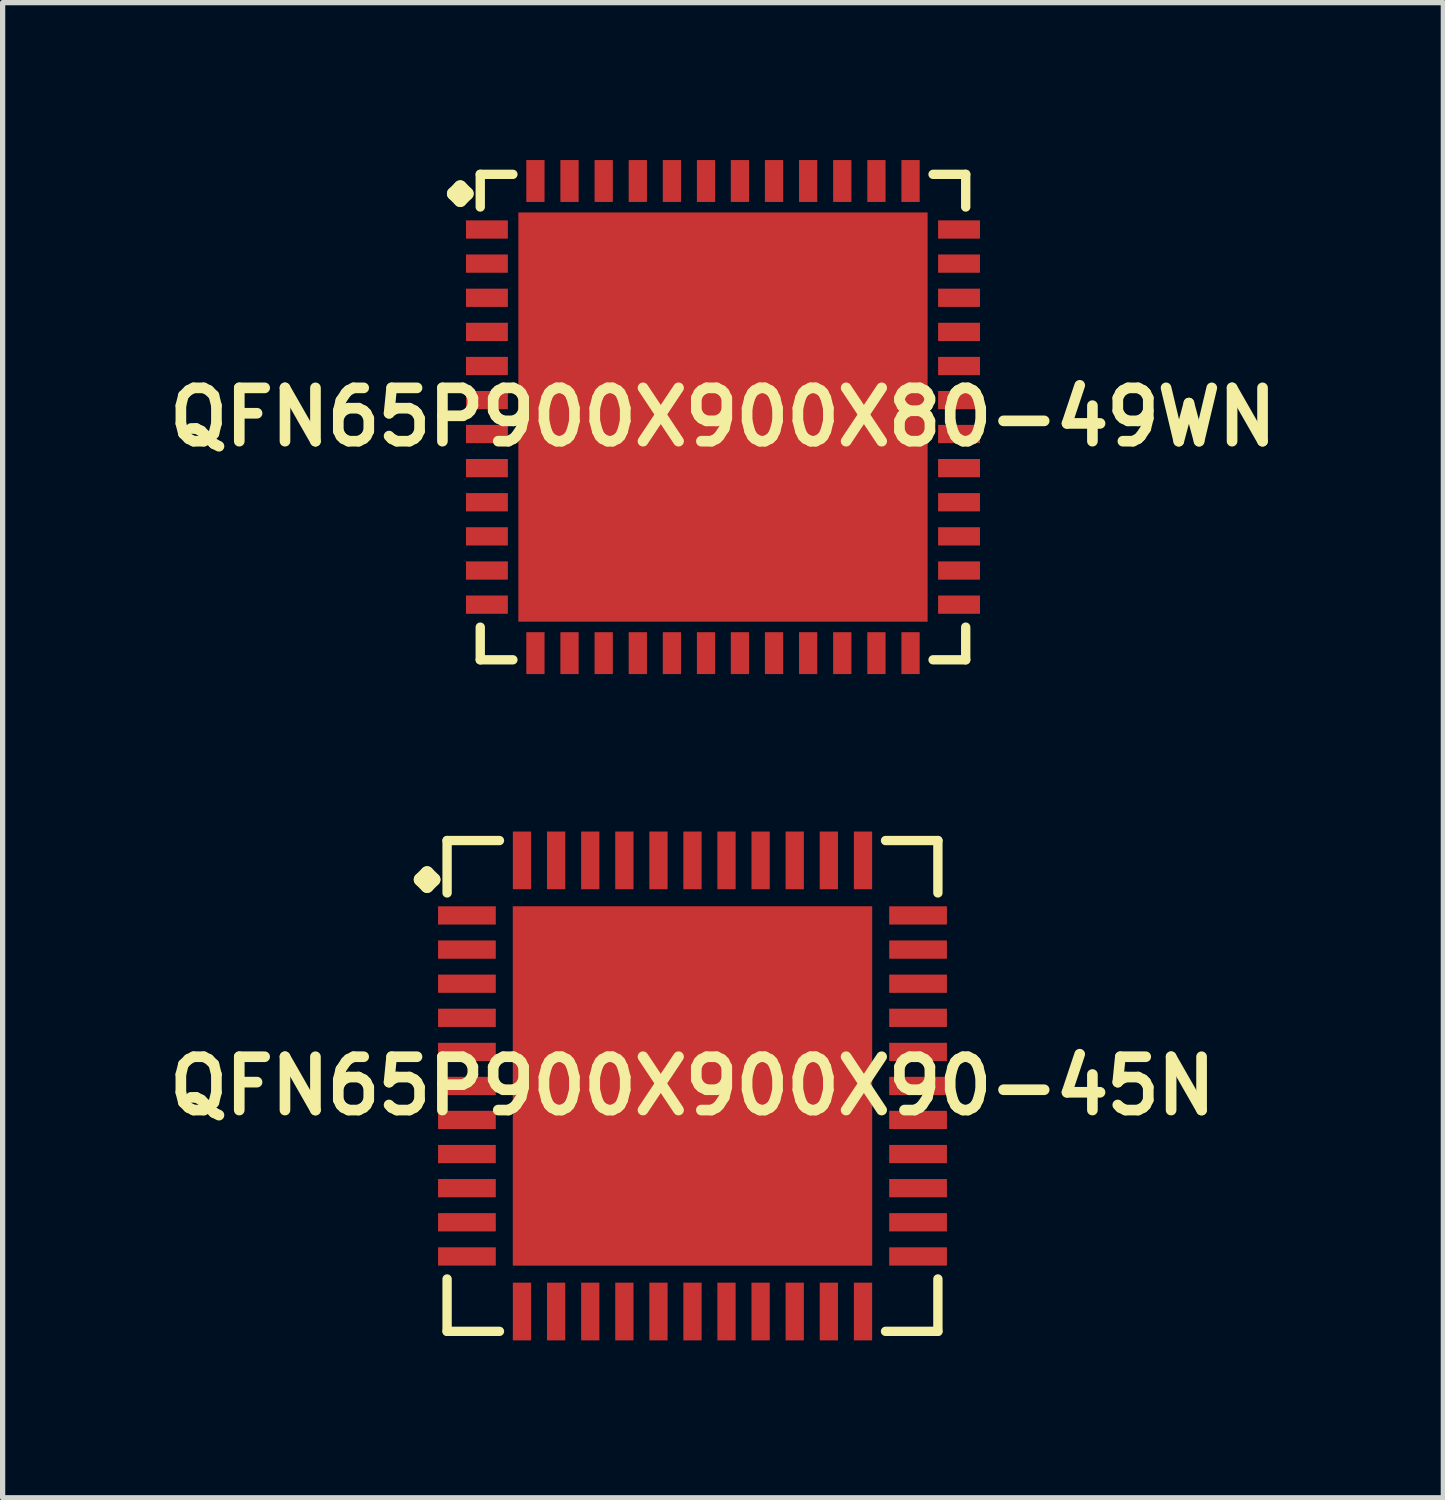
<source format=kicad_pcb>
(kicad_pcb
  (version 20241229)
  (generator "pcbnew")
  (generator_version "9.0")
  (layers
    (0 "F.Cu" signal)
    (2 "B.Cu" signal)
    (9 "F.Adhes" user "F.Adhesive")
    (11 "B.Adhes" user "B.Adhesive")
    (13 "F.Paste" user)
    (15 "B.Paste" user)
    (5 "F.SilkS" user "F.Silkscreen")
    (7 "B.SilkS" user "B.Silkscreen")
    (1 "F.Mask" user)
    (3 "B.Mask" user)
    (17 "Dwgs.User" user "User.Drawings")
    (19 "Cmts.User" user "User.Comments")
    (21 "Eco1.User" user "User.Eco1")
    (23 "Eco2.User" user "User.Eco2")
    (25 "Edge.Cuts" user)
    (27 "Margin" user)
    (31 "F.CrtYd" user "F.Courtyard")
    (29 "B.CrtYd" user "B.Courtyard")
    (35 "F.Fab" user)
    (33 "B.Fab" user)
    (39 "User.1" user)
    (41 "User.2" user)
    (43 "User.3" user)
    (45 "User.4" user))
  (footprint "QFN65P900X900X90-45N"
    (layer "F.Cu")
    (at 10.145 17.642)
    (property "Reference" "QFN65P900X900X90-45N" (at 0 0 0) (layer "F.SilkS") (effects (font (size 1.016 1.016) (thickness 0.203))))
    (attr smd)
    (fp_line (start -5.184 -3.932) (end -5.057 -4.059) (stroke (width 0.254) (type solid)) (layer "F.SilkS"))
    (fp_line (start -5.057 -4.059) (end -4.93 -3.932) (stroke (width 0.254) (type solid)) (layer "F.SilkS"))
    (fp_line (start -5.057 -3.805) (end -5.184 -3.932) (stroke (width 0.254) (type solid)) (layer "F.SilkS"))
    (fp_line (start -4.93 -3.932) (end -5.057 -3.805) (stroke (width 0.254) (type solid)) (layer "F.SilkS"))
    (fp_line (start -4.676 -4.676) (end -3.678 -4.676) (stroke (width 0.178) (type solid)) (layer "F.SilkS"))
    (fp_line (start -4.676 -3.678) (end -4.676 -4.676) (stroke (width 0.178) (type solid)) (layer "F.SilkS"))
    (fp_line (start -4.676 3.678) (end -4.676 4.676) (stroke (width 0.178) (type solid)) (layer "F.SilkS"))
    (fp_line (start -4.676 4.676) (end -3.678 4.676) (stroke (width 0.178) (type solid)) (layer "F.SilkS"))
    (fp_line (start 3.678 -4.676) (end 4.676 -4.676) (stroke (width 0.178) (type solid)) (layer "F.SilkS"))
    (fp_line (start 3.678 4.676) (end 4.676 4.676) (stroke (width 0.178) (type solid)) (layer "F.SilkS"))
    (fp_line (start 4.676 -4.676) (end 4.676 -3.678) (stroke (width 0.178) (type solid)) (layer "F.SilkS"))
    (fp_line (start 4.676 4.676) (end 4.676 3.678) (stroke (width 0.178) (type solid)) (layer "F.SilkS"))
    (pad "1" smd rect (at -4.298 -3.249) (size 1.1 0.348) (layers "F.Cu" "F.Mask" "F.Paste"))
    (pad "2" smd rect (at -4.298 -2.598) (size 1.1 0.348) (layers "F.Cu" "F.Mask" "F.Paste"))
    (pad "3" smd rect (at -4.298 -1.948) (size 1.1 0.348) (layers "F.Cu" "F.Mask" "F.Paste"))
    (pad "4" smd rect (at -4.298 -1.298) (size 1.1 0.348) (layers "F.Cu" "F.Mask" "F.Paste"))
    (pad "5" smd rect (at -4.298 -0.648) (size 1.1 0.348) (layers "F.Cu" "F.Mask" "F.Paste"))
    (pad "6" smd rect (at -4.298 0) (size 1.1 0.348) (layers "F.Cu" "F.Mask" "F.Paste"))
    (pad "7" smd rect (at -4.298 0.648) (size 1.1 0.348) (layers "F.Cu" "F.Mask" "F.Paste"))
    (pad "8" smd rect (at -4.298 1.298) (size 1.1 0.348) (layers "F.Cu" "F.Mask" "F.Paste"))
    (pad "9" smd rect (at -4.298 1.948) (size 1.1 0.348) (layers "F.Cu" "F.Mask" "F.Paste"))
    (pad "10" smd rect (at -4.298 2.598) (size 1.1 0.348) (layers "F.Cu" "F.Mask" "F.Paste"))
    (pad "11" smd rect (at -4.298 3.249) (size 1.1 0.348) (layers "F.Cu" "F.Mask" "F.Paste"))
    (pad "12" smd rect (at -3.249 4.298) (size 0.348 1.1) (layers "F.Cu" "F.Mask" "F.Paste"))
    (pad "13" smd rect (at -2.598 4.298) (size 0.348 1.1) (layers "F.Cu" "F.Mask" "F.Paste"))
    (pad "14" smd rect (at -1.948 4.298) (size 0.348 1.1) (layers "F.Cu" "F.Mask" "F.Paste"))
    (pad "15" smd rect (at -1.298 4.298) (size 0.348 1.1) (layers "F.Cu" "F.Mask" "F.Paste"))
    (pad "16" smd rect (at -0.648 4.298) (size 0.348 1.1) (layers "F.Cu" "F.Mask" "F.Paste"))
    (pad "17" smd rect (at 0 4.298) (size 0.348 1.1) (layers "F.Cu" "F.Mask" "F.Paste"))
    (pad "18" smd rect (at 0.648 4.298) (size 0.348 1.1) (layers "F.Cu" "F.Mask" "F.Paste"))
    (pad "19" smd rect (at 1.298 4.298) (size 0.348 1.1) (layers "F.Cu" "F.Mask" "F.Paste"))
    (pad "20" smd rect (at 1.948 4.298) (size 0.348 1.1) (layers "F.Cu" "F.Mask" "F.Paste"))
    (pad "21" smd rect (at 2.598 4.298) (size 0.348 1.1) (layers "F.Cu" "F.Mask" "F.Paste"))
    (pad "22" smd rect (at 3.249 4.298) (size 0.348 1.1) (layers "F.Cu" "F.Mask" "F.Paste"))
    (pad "23" smd rect (at 4.298 3.249) (size 1.1 0.348) (layers "F.Cu" "F.Mask" "F.Paste"))
    (pad "24" smd rect (at 4.298 2.598) (size 1.1 0.348) (layers "F.Cu" "F.Mask" "F.Paste"))
    (pad "25" smd rect (at 4.298 1.948) (size 1.1 0.348) (layers "F.Cu" "F.Mask" "F.Paste"))
    (pad "26" smd rect (at 4.298 1.298) (size 1.1 0.348) (layers "F.Cu" "F.Mask" "F.Paste"))
    (pad "27" smd rect (at 4.298 0.648) (size 1.1 0.348) (layers "F.Cu" "F.Mask" "F.Paste"))
    (pad "28" smd rect (at 4.298 0) (size 1.1 0.348) (layers "F.Cu" "F.Mask" "F.Paste"))
    (pad "29" smd rect (at 4.298 -0.648) (size 1.1 0.348) (layers "F.Cu" "F.Mask" "F.Paste"))
    (pad "30" smd rect (at 4.298 -1.298) (size 1.1 0.348) (layers "F.Cu" "F.Mask" "F.Paste"))
    (pad "31" smd rect (at 4.298 -1.948) (size 1.1 0.348) (layers "F.Cu" "F.Mask" "F.Paste"))
    (pad "32" smd rect (at 4.298 -2.598) (size 1.1 0.348) (layers "F.Cu" "F.Mask" "F.Paste"))
    (pad "33" smd rect (at 4.298 -3.249) (size 1.1 0.348) (layers "F.Cu" "F.Mask" "F.Paste"))
    (pad "34" smd rect (at 3.249 -4.298) (size 0.348 1.1) (layers "F.Cu" "F.Mask" "F.Paste"))
    (pad "35" smd rect (at 2.598 -4.298) (size 0.348 1.1) (layers "F.Cu" "F.Mask" "F.Paste"))
    (pad "36" smd rect (at 1.948 -4.298) (size 0.348 1.1) (layers "F.Cu" "F.Mask" "F.Paste"))
    (pad "37" smd rect (at 1.298 -4.298) (size 0.348 1.1) (layers "F.Cu" "F.Mask" "F.Paste"))
    (pad "38" smd rect (at 0.648 -4.298) (size 0.348 1.1) (layers "F.Cu" "F.Mask" "F.Paste"))
    (pad "39" smd rect (at 0 -4.298) (size 0.348 1.1) (layers "F.Cu" "F.Mask" "F.Paste"))
    (pad "40" smd rect (at -0.648 -4.298) (size 0.348 1.1) (layers "F.Cu" "F.Mask" "F.Paste"))
    (pad "41" smd rect (at -1.298 -4.298) (size 0.348 1.1) (layers "F.Cu" "F.Mask" "F.Paste"))
    (pad "42" smd rect (at -1.948 -4.298) (size 0.348 1.1) (layers "F.Cu" "F.Mask" "F.Paste"))
    (pad "43" smd rect (at -2.598 -4.298) (size 0.348 1.1) (layers "F.Cu" "F.Mask" "F.Paste"))
    (pad "44" smd rect (at -3.249 -4.298) (size 0.348 1.1) (layers "F.Cu" "F.Mask" "F.Paste"))
    (pad "45" smd rect (at 0 0) (size 6.848 6.848) (layers "F.Cu" "F.Mask" "F.Paste")))
  (footprint "QFN65P900X900X80-49WN"
    (layer "F.Cu")
    (at 10.726 4.897)
    (property "Reference" "QFN65P900X900X80-49WN" (at 0 0 0) (layer "F.SilkS") (effects (font (size 1.016 1.016) (thickness 0.203))))
    (attr smd)
    (fp_line (start -5.133 -4.257) (end -5.006 -4.384) (stroke (width 0.254) (type solid)) (layer "F.SilkS"))
    (fp_line (start -5.006 -4.384) (end -4.879 -4.257) (stroke (width 0.254) (type solid)) (layer "F.SilkS"))
    (fp_line (start -5.006 -4.13) (end -5.133 -4.257) (stroke (width 0.254) (type solid)) (layer "F.SilkS"))
    (fp_line (start -4.879 -4.257) (end -5.006 -4.13) (stroke (width 0.254) (type solid)) (layer "F.SilkS"))
    (fp_line (start -4.625 -4.625) (end -4.003 -4.625) (stroke (width 0.178) (type solid)) (layer "F.SilkS"))
    (fp_line (start -4.625 -4.003) (end -4.625 -4.625) (stroke (width 0.178) (type solid)) (layer "F.SilkS"))
    (fp_line (start -4.625 4.003) (end -4.625 4.625) (stroke (width 0.178) (type solid)) (layer "F.SilkS"))
    (fp_line (start -4.625 4.625) (end -4.003 4.625) (stroke (width 0.178) (type solid)) (layer "F.SilkS"))
    (fp_line (start 4.003 -4.625) (end 4.625 -4.625) (stroke (width 0.178) (type solid)) (layer "F.SilkS"))
    (fp_line (start 4.003 4.625) (end 4.625 4.625) (stroke (width 0.178) (type solid)) (layer "F.SilkS"))
    (fp_line (start 4.625 -4.625) (end 4.625 -4.003) (stroke (width 0.178) (type solid)) (layer "F.SilkS"))
    (fp_line (start 4.625 4.625) (end 4.625 4.003) (stroke (width 0.178) (type solid)) (layer "F.SilkS"))
    (pad "1" smd rect (at -4.498 -3.574) (size 0.798 0.348) (layers "F.Cu" "F.Mask" "F.Paste"))
    (pad "2" smd rect (at -4.498 -2.924) (size 0.798 0.348) (layers "F.Cu" "F.Mask" "F.Paste"))
    (pad "3" smd rect (at -4.498 -2.273) (size 0.798 0.348) (layers "F.Cu" "F.Mask" "F.Paste"))
    (pad "4" smd rect (at -4.498 -1.623) (size 0.798 0.348) (layers "F.Cu" "F.Mask" "F.Paste"))
    (pad "5" smd rect (at -4.498 -0.973) (size 0.798 0.348) (layers "F.Cu" "F.Mask" "F.Paste"))
    (pad "6" smd rect (at -4.498 -0.323) (size 0.798 0.348) (layers "F.Cu" "F.Mask" "F.Paste"))
    (pad "7" smd rect (at -4.498 0.323) (size 0.798 0.348) (layers "F.Cu" "F.Mask" "F.Paste"))
    (pad "8" smd rect (at -4.498 0.973) (size 0.798 0.348) (layers "F.Cu" "F.Mask" "F.Paste"))
    (pad "9" smd rect (at -4.498 1.623) (size 0.798 0.348) (layers "F.Cu" "F.Mask" "F.Paste"))
    (pad "10" smd rect (at -4.498 2.273) (size 0.798 0.348) (layers "F.Cu" "F.Mask" "F.Paste"))
    (pad "11" smd rect (at -4.498 2.924) (size 0.798 0.348) (layers "F.Cu" "F.Mask" "F.Paste"))
    (pad "12" smd rect (at -4.498 3.574) (size 0.798 0.348) (layers "F.Cu" "F.Mask" "F.Paste"))
    (pad "13" smd rect (at -3.574 4.498) (size 0.348 0.798) (layers "F.Cu" "F.Mask" "F.Paste"))
    (pad "14" smd rect (at -2.924 4.498) (size 0.348 0.798) (layers "F.Cu" "F.Mask" "F.Paste"))
    (pad "15" smd rect (at -2.273 4.498) (size 0.348 0.798) (layers "F.Cu" "F.Mask" "F.Paste"))
    (pad "16" smd rect (at -1.623 4.498) (size 0.348 0.798) (layers "F.Cu" "F.Mask" "F.Paste"))
    (pad "17" smd rect (at -0.973 4.498) (size 0.348 0.798) (layers "F.Cu" "F.Mask" "F.Paste"))
    (pad "18" smd rect (at -0.323 4.498) (size 0.348 0.798) (layers "F.Cu" "F.Mask" "F.Paste"))
    (pad "19" smd rect (at 0.323 4.498) (size 0.348 0.798) (layers "F.Cu" "F.Mask" "F.Paste"))
    (pad "20" smd rect (at 0.973 4.498) (size 0.348 0.798) (layers "F.Cu" "F.Mask" "F.Paste"))
    (pad "21" smd rect (at 1.623 4.498) (size 0.348 0.798) (layers "F.Cu" "F.Mask" "F.Paste"))
    (pad "22" smd rect (at 2.273 4.498) (size 0.348 0.798) (layers "F.Cu" "F.Mask" "F.Paste"))
    (pad "23" smd rect (at 2.924 4.498) (size 0.348 0.798) (layers "F.Cu" "F.Mask" "F.Paste"))
    (pad "24" smd rect (at 3.574 4.498) (size 0.348 0.798) (layers "F.Cu" "F.Mask" "F.Paste"))
    (pad "25" smd rect (at 4.498 3.574) (size 0.798 0.348) (layers "F.Cu" "F.Mask" "F.Paste"))
    (pad "26" smd rect (at 4.498 2.924) (size 0.798 0.348) (layers "F.Cu" "F.Mask" "F.Paste"))
    (pad "27" smd rect (at 4.498 2.273) (size 0.798 0.348) (layers "F.Cu" "F.Mask" "F.Paste"))
    (pad "28" smd rect (at 4.498 1.623) (size 0.798 0.348) (layers "F.Cu" "F.Mask" "F.Paste"))
    (pad "29" smd rect (at 4.498 0.973) (size 0.798 0.348) (layers "F.Cu" "F.Mask" "F.Paste"))
    (pad "30" smd rect (at 4.498 0.323) (size 0.798 0.348) (layers "F.Cu" "F.Mask" "F.Paste"))
    (pad "31" smd rect (at 4.498 -0.323) (size 0.798 0.348) (layers "F.Cu" "F.Mask" "F.Paste"))
    (pad "32" smd rect (at 4.498 -0.973) (size 0.798 0.348) (layers "F.Cu" "F.Mask" "F.Paste"))
    (pad "33" smd rect (at 4.498 -1.623) (size 0.798 0.348) (layers "F.Cu" "F.Mask" "F.Paste"))
    (pad "34" smd rect (at 4.498 -2.273) (size 0.798 0.348) (layers "F.Cu" "F.Mask" "F.Paste"))
    (pad "35" smd rect (at 4.498 -2.924) (size 0.798 0.348) (layers "F.Cu" "F.Mask" "F.Paste"))
    (pad "36" smd rect (at 4.498 -3.574) (size 0.798 0.348) (layers "F.Cu" "F.Mask" "F.Paste"))
    (pad "37" smd rect (at 3.574 -4.498) (size 0.348 0.798) (layers "F.Cu" "F.Mask" "F.Paste"))
    (pad "38" smd rect (at 2.924 -4.498) (size 0.348 0.798) (layers "F.Cu" "F.Mask" "F.Paste"))
    (pad "39" smd rect (at 2.273 -4.498) (size 0.348 0.798) (layers "F.Cu" "F.Mask" "F.Paste"))
    (pad "40" smd rect (at 1.623 -4.498) (size 0.348 0.798) (layers "F.Cu" "F.Mask" "F.Paste"))
    (pad "41" smd rect (at 0.973 -4.498) (size 0.348 0.798) (layers "F.Cu" "F.Mask" "F.Paste"))
    (pad "42" smd rect (at 0.323 -4.498) (size 0.348 0.798) (layers "F.Cu" "F.Mask" "F.Paste"))
    (pad "43" smd rect (at -0.323 -4.498) (size 0.348 0.798) (layers "F.Cu" "F.Mask" "F.Paste"))
    (pad "44" smd rect (at -0.973 -4.498) (size 0.348 0.798) (layers "F.Cu" "F.Mask" "F.Paste"))
    (pad "45" smd rect (at -1.623 -4.498) (size 0.348 0.798) (layers "F.Cu" "F.Mask" "F.Paste"))
    (pad "46" smd rect (at -2.273 -4.498) (size 0.348 0.798) (layers "F.Cu" "F.Mask" "F.Paste"))
    (pad "47" smd rect (at -2.924 -4.498) (size 0.348 0.798) (layers "F.Cu" "F.Mask" "F.Paste"))
    (pad "48" smd rect (at -3.574 -4.498) (size 0.348 0.798) (layers "F.Cu" "F.Mask" "F.Paste"))
    (pad "49" smd rect (at 0 0) (size 7.798 7.798) (layers "F.Cu" "F.Mask" "F.Paste")))
  (gr_rect
    (start -3 -3)
    (end 24.452 25.489)
    (stroke (width 0.1) (type default))
    (fill no)
    (layer "Edge.Cuts")))
</source>
